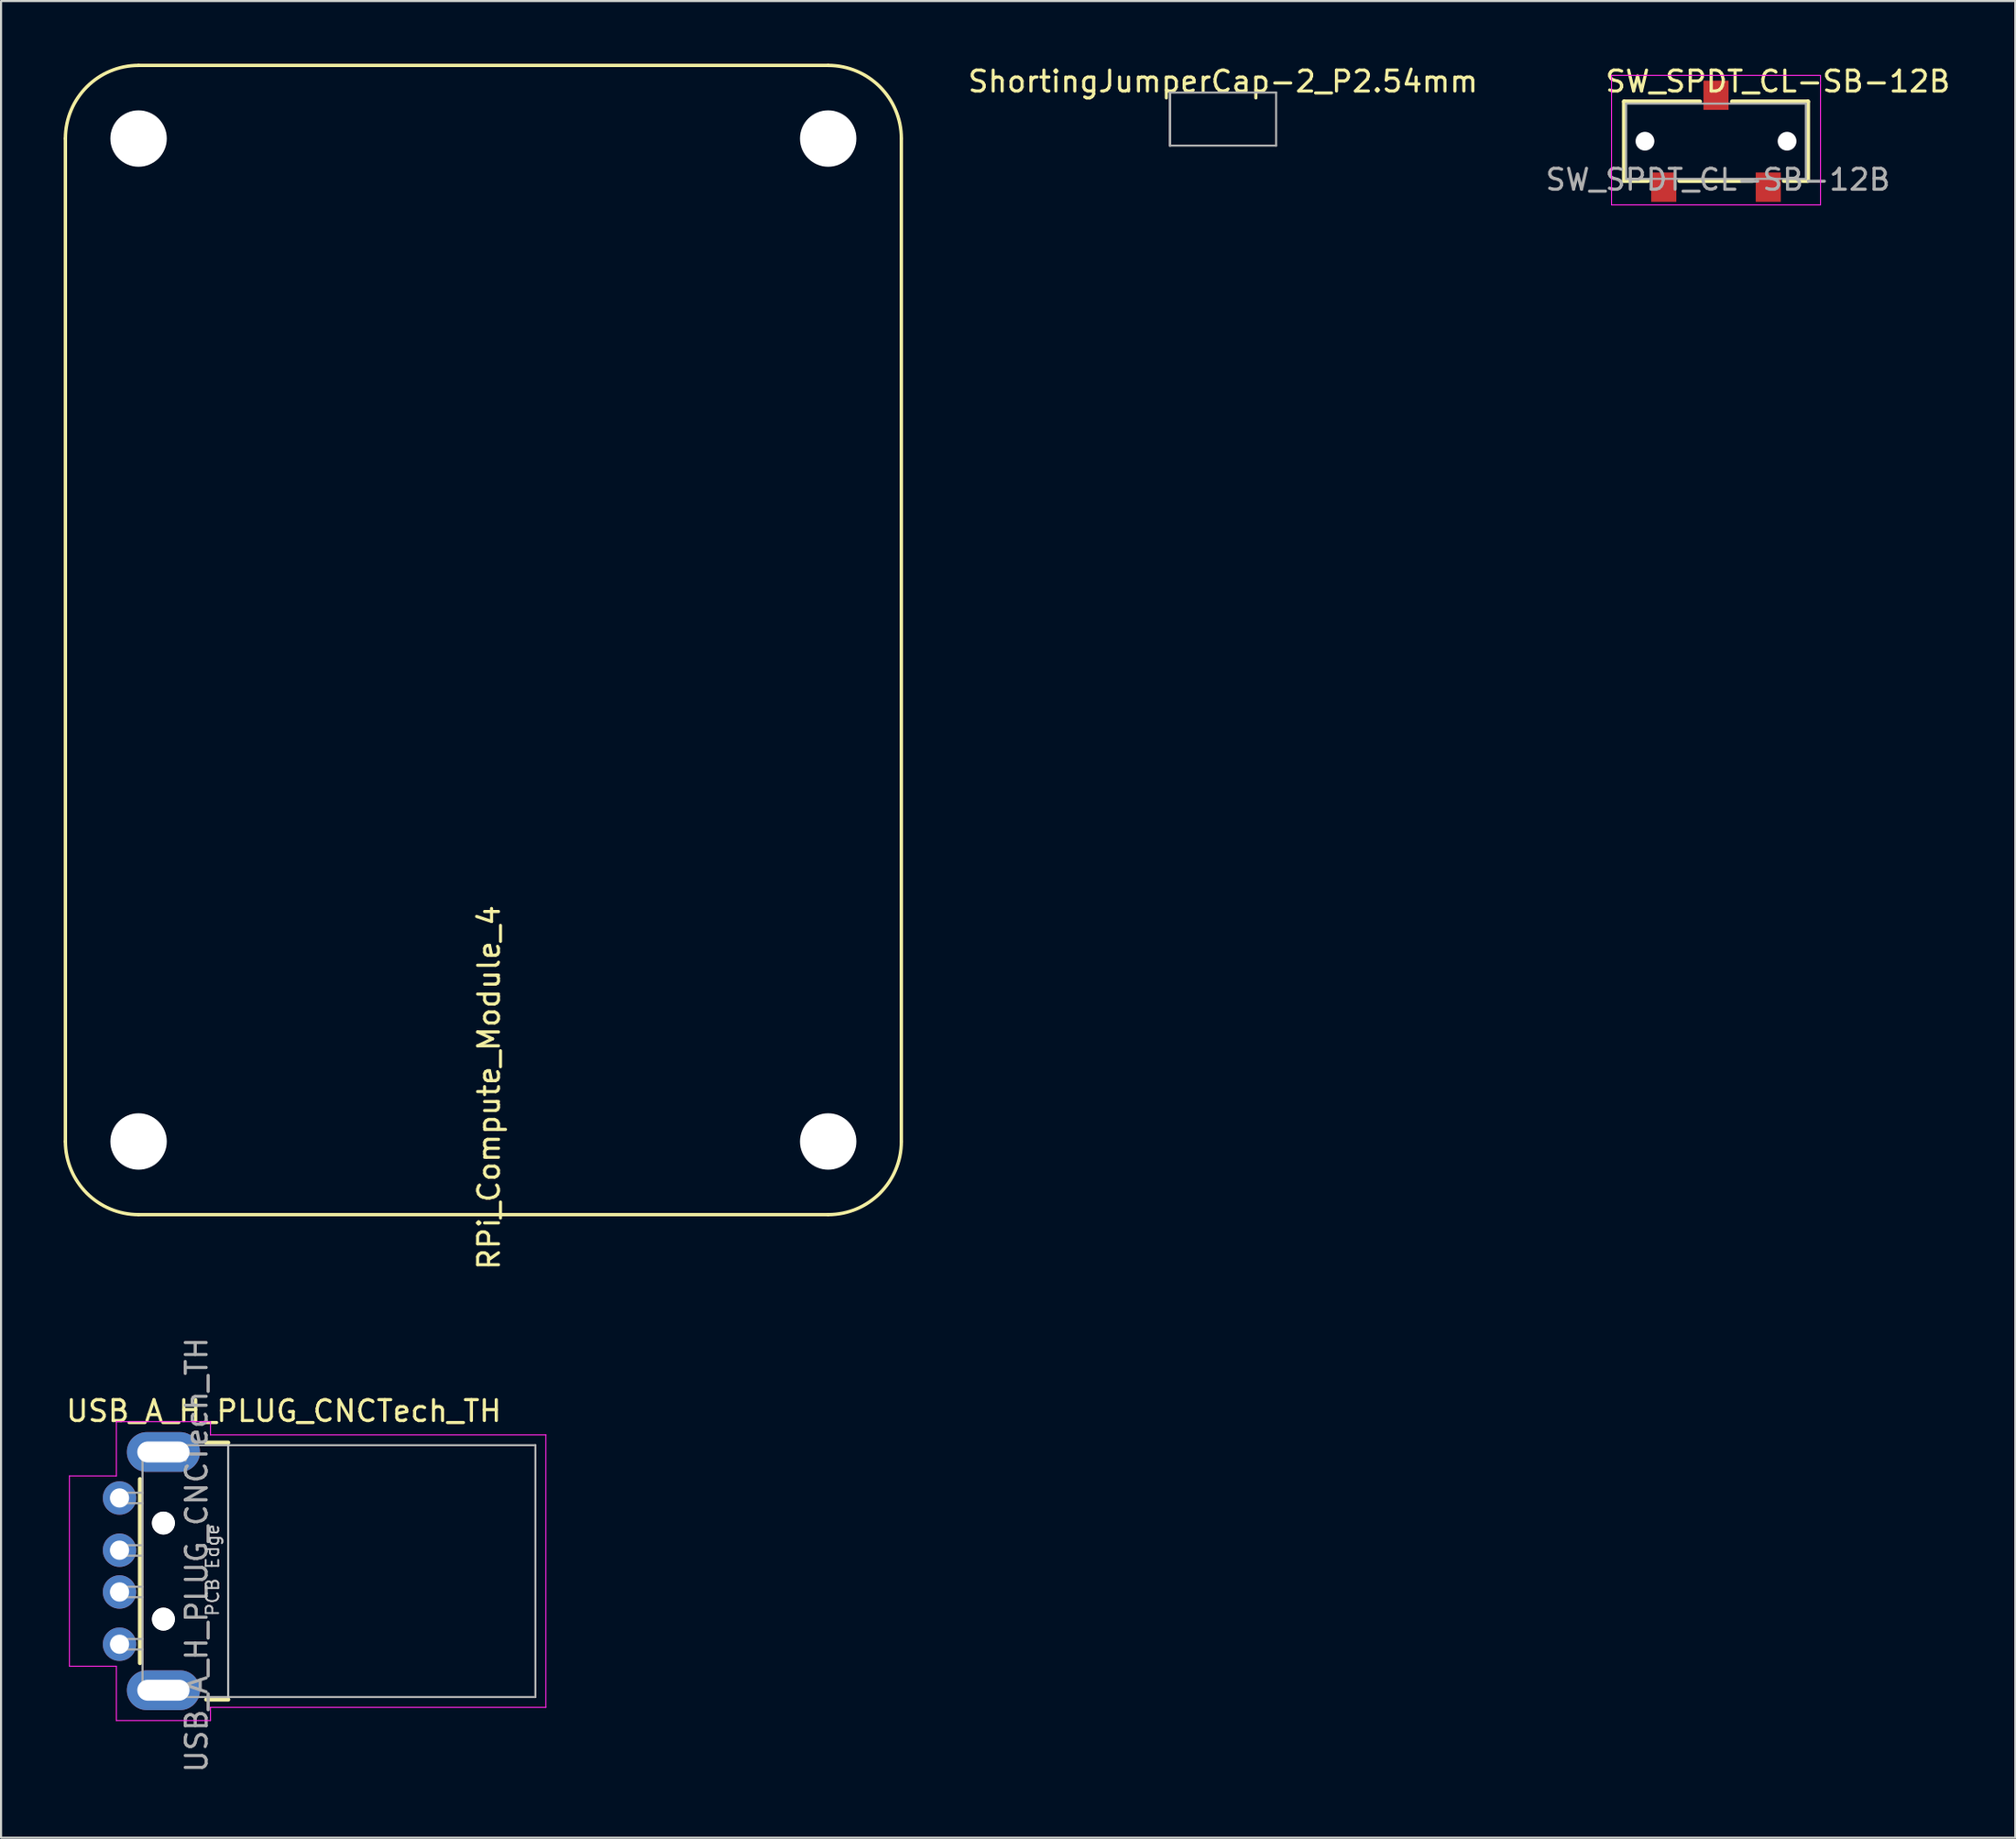
<source format=kicad_pcb>
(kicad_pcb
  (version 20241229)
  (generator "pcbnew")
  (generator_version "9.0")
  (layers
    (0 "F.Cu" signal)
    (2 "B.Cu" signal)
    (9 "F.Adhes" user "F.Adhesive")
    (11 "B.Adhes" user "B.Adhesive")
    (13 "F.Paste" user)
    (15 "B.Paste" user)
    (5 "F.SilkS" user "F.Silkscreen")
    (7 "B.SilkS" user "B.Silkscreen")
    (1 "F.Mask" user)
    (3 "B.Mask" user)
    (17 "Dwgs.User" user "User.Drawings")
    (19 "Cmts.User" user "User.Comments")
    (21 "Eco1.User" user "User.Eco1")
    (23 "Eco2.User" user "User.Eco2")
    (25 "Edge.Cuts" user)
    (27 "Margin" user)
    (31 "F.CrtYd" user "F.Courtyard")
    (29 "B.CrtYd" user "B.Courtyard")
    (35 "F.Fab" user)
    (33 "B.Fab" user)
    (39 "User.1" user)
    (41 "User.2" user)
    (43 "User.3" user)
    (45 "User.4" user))
  (footprint "USB_A_H_PLUG_CNCTech_TH"
    (layer "F.Cu")
    (at 11.67 72.139)
    (property "Reference" "USB_A_H_PLUG_CNCTech_TH" (at -1.14 -7.66 0) (layer "F.SilkS") (effects (font (size 1 1) (thickness 0.15))))
    (attr through_hole)
    (fp_line (start -8.02 -4.4) (end -8.02 4.4) (stroke (width 0.2) (type solid)) (layer "F.SilkS"))
    (fp_line (start -4.85 -6.145) (end -3.8 -6.145) (stroke (width 0.2) (type solid)) (layer "F.SilkS"))
    (fp_line (start -4.85 6.145) (end -3.8 6.145) (stroke (width 0.2) (type solid)) (layer "F.SilkS"))
    (fp_line (start -3.8 6.025) (end -3.8 -6.025) (stroke (width 0.1) (type solid)) (layer "Dwgs.User"))
    (fp_line (start -11.4 -4.55) (end -9.15 -4.55) (stroke (width 0.05) (type solid)) (layer "F.CrtYd"))
    (fp_line (start -11.4 4.55) (end -11.4 -4.55) (stroke (width 0.05) (type solid)) (layer "F.CrtYd"))
    (fp_line (start -11.4 4.55) (end -9.15 4.55) (stroke (width 0.05) (type solid)) (layer "F.CrtYd"))
    (fp_line (start -9.15 -7.15) (end -9.15 -4.55) (stroke (width 0.05) (type solid)) (layer "F.CrtYd"))
    (fp_line (start -9.15 -7.15) (end -4.65 -7.15) (stroke (width 0.05) (type solid)) (layer "F.CrtYd"))
    (fp_line (start -9.15 4.55) (end -9.15 7.15) (stroke (width 0.05) (type solid)) (layer "F.CrtYd"))
    (fp_line (start -9.15 7.15) (end -4.65 7.15) (stroke (width 0.05) (type solid)) (layer "F.CrtYd"))
    (fp_line (start -4.65 -6.52) (end -4.65 -7.15) (stroke (width 0.05) (type solid)) (layer "F.CrtYd"))
    (fp_line (start -4.65 -6.52) (end 11.4 -6.52) (stroke (width 0.05) (type solid)) (layer "F.CrtYd"))
    (fp_line (start -4.65 6.52) (end 11.4 6.52) (stroke (width 0.05) (type solid)) (layer "F.CrtYd"))
    (fp_line (start -4.65 7.15) (end -4.65 6.52) (stroke (width 0.05) (type solid)) (layer "F.CrtYd"))
    (fp_line (start 11.4 6.52) (end 11.4 -6.52) (stroke (width 0.05) (type solid)) (layer "F.CrtYd"))
    (fp_line (start -9.02 -1.24) (end -7.92 -1.24) (stroke (width 0.1) (type solid)) (layer "F.Fab"))
    (fp_line (start -9.02 -0.74) (end -9.02 -1.24) (stroke (width 0.1) (type solid)) (layer "F.Fab"))
    (fp_line (start -9.02 -0.74) (end -7.92 -0.74) (stroke (width 0.1) (type solid)) (layer "F.Fab"))
    (fp_line (start -9 -3.75) (end -7.9 -3.75) (stroke (width 0.1) (type solid)) (layer "F.Fab"))
    (fp_line (start -9 -3.25) (end -9 -3.75) (stroke (width 0.1) (type solid)) (layer "F.Fab"))
    (fp_line (start -9 -3.25) (end -7.9 -3.25) (stroke (width 0.1) (type solid)) (layer "F.Fab"))
    (fp_line (start -9 0.75) (end -7.9 0.75) (stroke (width 0.1) (type solid)) (layer "F.Fab"))
    (fp_line (start -9 1.25) (end -9 0.75) (stroke (width 0.1) (type solid)) (layer "F.Fab"))
    (fp_line (start -9 1.25) (end -7.9 1.25) (stroke (width 0.1) (type solid)) (layer "F.Fab"))
    (fp_line (start -9 3.25) (end -7.9 3.25) (stroke (width 0.1) (type solid)) (layer "F.Fab"))
    (fp_line (start -9 3.75) (end -9 3.25) (stroke (width 0.1) (type solid)) (layer "F.Fab"))
    (fp_line (start -9 3.75) (end -7.9 3.75) (stroke (width 0.1) (type solid)) (layer "F.Fab"))
    (fp_line (start -7.9 -6.025) (end 10.9 -6.025) (stroke (width 0.1) (type solid)) (layer "F.Fab"))
    (fp_line (start -7.9 6.025) (end -7.9 -6.025) (stroke (width 0.1) (type solid)) (layer "F.Fab"))
    (fp_line (start -7.9 6.025) (end 10.9 6.025) (stroke (width 0.1) (type solid)) (layer "F.Fab"))
    (fp_line (start 10.9 6.025) (end 10.9 -6.025) (stroke (width 0.1) (type solid)) (layer "F.Fab"))
    (fp_circle (center -6.9 -2.3) (end -6.9 -2.8) (stroke (width 0.1) (type solid)) (fill no) (layer "F.Fab"))
    (fp_circle (center -6.9 2.3) (end -6.9 2.8) (stroke (width 0.1) (type solid)) (fill no) (layer "F.Fab"))
    (fp_text user "PCB Edge" (at -4.55 -0.05 90) (layer "Dwgs.User") (effects (font (size 0.6 0.6) (thickness 0.09))))
    (fp_text user "${REFERENCE}" (at -5.31 -0.77 90) (layer "F.Fab") (effects (font (size 1 1) (thickness 0.15))))
    (pad "" np_thru_hole circle (at -6.9 -2.3) (size 1.1 1.1) (drill 1.1) (layers "*.Cu" "*.Mask"))
    (pad "" np_thru_hole circle (at -6.9 2.3) (size 1.1 1.1) (drill 1.1) (layers "*.Cu" "*.Mask"))
    (pad "1" thru_hole circle (at -9 -3.5) (size 1.6 1.6) (drill 0.92) (layers "*.Cu" "*.Mask"))
    (pad "2" thru_hole circle (at -9 -1) (size 1.6 1.6) (drill 0.92) (layers "*.Cu" "*.Mask"))
    (pad "3" thru_hole circle (at -9 1) (size 1.6 1.6) (drill 0.92) (layers "*.Cu" "*.Mask"))
    (pad "4" thru_hole circle (at -9 3.5) (size 1.6 1.6) (drill 0.92) (layers "*.Cu" "*.Mask"))
    (pad "5" thru_hole oval (at -6.9 -5.7) (size 3.5 1.9) (drill oval 2.5 1) (layers "*.Cu" "*.Mask"))
    (pad "5" thru_hole oval (at -6.9 5.7) (size 3.5 1.9) (drill oval 2.5 1) (layers "*.Cu" "*.Mask")))
  (footprint "RPi_Compute_Module_4"
    (layer "F.Cu")
    (at 20.08 30.08)
    (property "Reference" "RPi_Compute_Module_4" (at 0.27 18.92 90) (layer "F.SilkS") (effects (font (size 1 1) (thickness 0.15))))
    (attr exclude_from_pos_files exclude_from_bom)
    (fp_line (start -20 -26.5) (end -20 21.5) (stroke (width 0.16) (type solid)) (layer "F.SilkS"))
    (fp_line (start -16.5 25) (end 16.5 25) (stroke (width 0.16) (type solid)) (layer "F.SilkS"))
    (fp_line (start 16.5 -30) (end -16.5 -30) (stroke (width 0.16) (type solid)) (layer "F.SilkS"))
    (fp_line (start 20 21.5) (end 20 -26.5) (stroke (width 0.16) (type solid)) (layer "F.SilkS"))
    (fp_arc (start -20 -26.5) (mid -18.974874 -28.974874) (end -16.5 -30) (stroke (width 0.16) (type solid)) (layer "F.SilkS"))
    (fp_arc (start -16.5 25) (mid -18.974874 23.974874) (end -20 21.5) (stroke (width 0.16) (type solid)) (layer "F.SilkS"))
    (fp_arc (start 16.5 -30) (mid 18.974874 -28.974874) (end 20 -26.5) (stroke (width 0.16) (type solid)) (layer "F.SilkS"))
    (fp_arc (start 20 21.5) (mid 18.974874 23.974874) (end 16.5 25) (stroke (width 0.16) (type solid)) (layer "F.SilkS"))
    (pad "" np_thru_hole circle (at -16.5 -26.5) (size 2.7 2.7) (drill 2.7) (layers "*.Cu" "*.Mask"))
    (pad "" np_thru_hole circle (at -16.5 21.5) (size 2.7 2.7) (drill 2.7) (layers "*.Cu" "*.Mask"))
    (pad "" np_thru_hole circle (at 16.5 -26.5) (size 2.7 2.7) (drill 2.7) (layers "*.Cu" "*.Mask"))
    (pad "" np_thru_hole circle (at 16.5 21.5) (size 2.7 2.7) (drill 2.7) (layers "*.Cu" "*.Mask")))
  (footprint "SW_SPDT_CL-SB-12B"
    (layer "F.Cu")
    (at 79.064 3.708)
    (property "Reference" "SW_SPDT_CL-SB-12B" (at 2.96 -2.86 0) (layer "F.SilkS") (effects (font (size 1 1) (thickness 0.15))))
    (attr smd)
    (fp_line (start -4.4 -1.9) (end -0.77 -1.9) (stroke (width 0.2) (type solid)) (layer "F.SilkS"))
    (fp_line (start -4.4 1.9) (end -4.4 -1.9) (stroke (width 0.2) (type solid)) (layer "F.SilkS"))
    (fp_line (start -3.26 1.9) (end -4.4 1.9) (stroke (width 0.2) (type solid)) (layer "F.SilkS"))
    (fp_line (start 0.77 -1.9) (end 4.4 -1.9) (stroke (width 0.2) (type solid)) (layer "F.SilkS"))
    (fp_line (start 1.75 1.9) (end -1.75 1.9) (stroke (width 0.2) (type solid)) (layer "F.SilkS"))
    (fp_line (start 4.4 -1.9) (end 4.4 1.9) (stroke (width 0.2) (type solid)) (layer "F.SilkS"))
    (fp_line (start 4.4 1.9) (end 3.25 1.9) (stroke (width 0.2) (type solid)) (layer "F.SilkS"))
    (fp_line (start -5 -3.15) (end -5 -2.25) (stroke (width 0.05) (type solid)) (layer "F.CrtYd"))
    (fp_line (start -5 -2.25) (end -5 3.05) (stroke (width 0.05) (type solid)) (layer "F.CrtYd"))
    (fp_line (start -5 3.05) (end 5 3.05) (stroke (width 0.05) (type solid)) (layer "F.CrtYd"))
    (fp_line (start 5 -3.15) (end -5 -3.15) (stroke (width 0.05) (type solid)) (layer "F.CrtYd"))
    (fp_line (start 5 3.05) (end 5 -3.15) (stroke (width 0.05) (type solid)) (layer "F.CrtYd"))
    (fp_line (start -4.3 -1.8) (end -4.3 1.8) (stroke (width 0.1) (type solid)) (layer "F.Fab"))
    (fp_line (start -4.3 -1.8) (end 4.3 -1.8) (stroke (width 0.1) (type solid)) (layer "F.Fab"))
    (fp_line (start 4.3 -1.8) (end 4.3 1.8) (stroke (width 0.1) (type solid)) (layer "F.Fab"))
    (fp_line (start 4.3 1.8) (end -4.3 1.8) (stroke (width 0.1) (type solid)) (layer "F.Fab"))
    (fp_text user "${REFERENCE}" (at 0.09 1.84 0) (layer "F.Fab") (effects (font (size 1 1) (thickness 0.15))))
    (pad "" np_thru_hole circle (at -3.4 0) (size 0.9 0.9) (drill 0.9) (layers "*.Cu" "*.Mask"))
    (pad "" np_thru_hole circle (at 3.4 0) (size 0.9 0.9) (drill 0.9) (layers "*.Cu" "*.Mask"))
    (pad "1" smd rect (at -2.5 2.2) (size 1.2 1.4) (layers "F.Cu" "F.Mask" "F.Paste"))
    (pad "2" smd rect (at 0 -2.2) (size 1.2 1.4) (layers "F.Cu" "F.Mask" "F.Paste"))
    (pad "3" smd rect (at 2.5 2.2) (size 1.2 1.4) (layers "F.Cu" "F.Mask" "F.Paste")))
  (footprint "ShortingJumperCap-2_P2.54mm"
    (layer "F.Cu")
    (at 55.475 2.648)
    (property "Reference" "ShortingJumperCap-2_P2.54mm" (at 0 -1.8 0) (layer "F.SilkS") (effects (font (size 1 1) (thickness 0.15))))
    (attr through_hole)
    (fp_line (start -2.54 -1.27) (end 2.54 -1.27) (stroke (width 0.1) (type solid)) (layer "F.Fab"))
    (fp_line (start -2.54 1.27) (end -2.54 -1.27) (stroke (width 0.12) (type solid)) (layer "F.Fab"))
    (fp_line (start 2.54 -1.27) (end 2.54 1.27) (stroke (width 0.1) (type solid)) (layer "F.Fab"))
    (fp_line (start 2.54 1.27) (end -2.54 1.27) (stroke (width 0.1) (type solid)) (layer "F.Fab")))
  (gr_rect
    (start -3 -3)
    (end 93.387 84.899)
    (stroke (width 0.1) (type default))
    (fill no)
    (layer "Edge.Cuts")))
</source>
